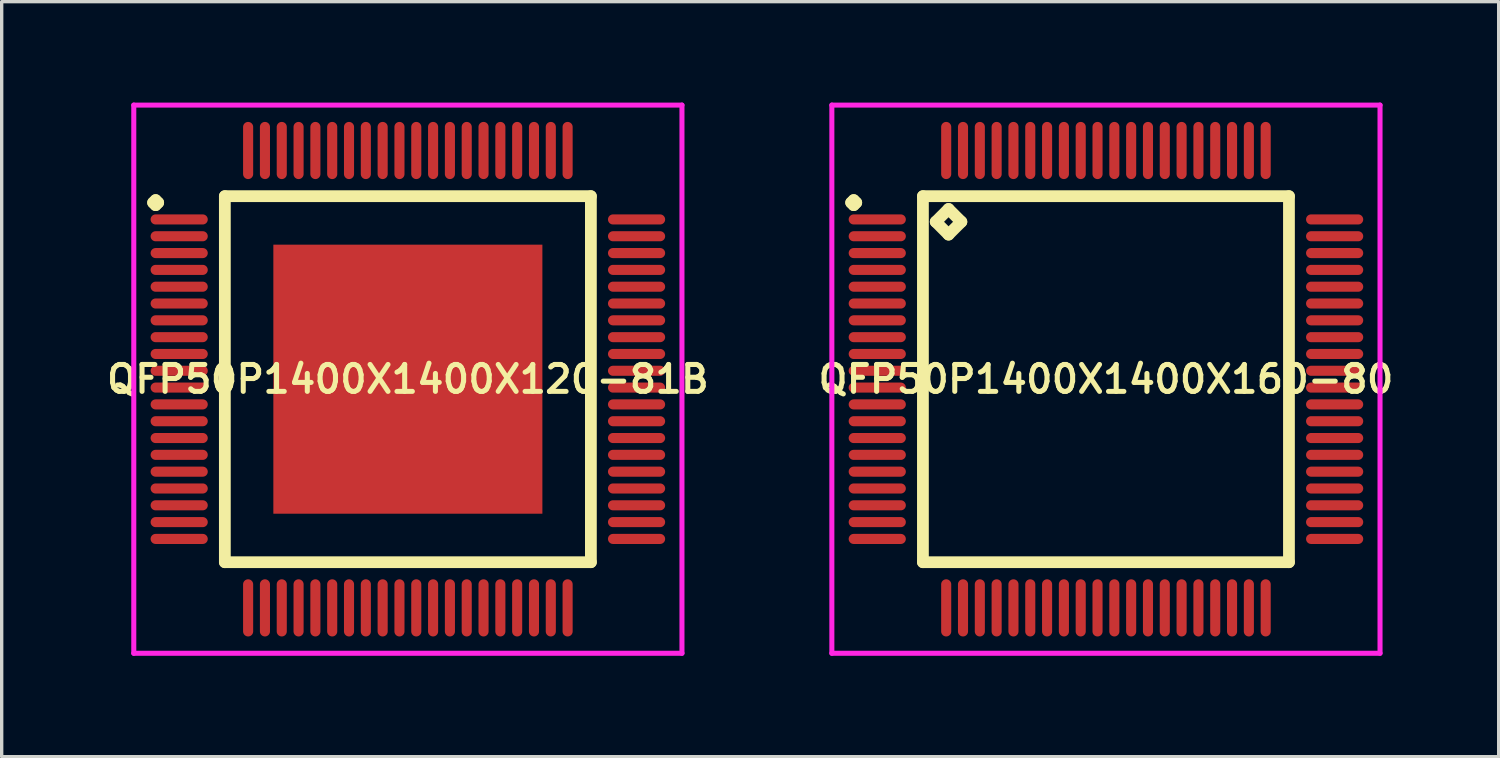
<source format=kicad_pcb>
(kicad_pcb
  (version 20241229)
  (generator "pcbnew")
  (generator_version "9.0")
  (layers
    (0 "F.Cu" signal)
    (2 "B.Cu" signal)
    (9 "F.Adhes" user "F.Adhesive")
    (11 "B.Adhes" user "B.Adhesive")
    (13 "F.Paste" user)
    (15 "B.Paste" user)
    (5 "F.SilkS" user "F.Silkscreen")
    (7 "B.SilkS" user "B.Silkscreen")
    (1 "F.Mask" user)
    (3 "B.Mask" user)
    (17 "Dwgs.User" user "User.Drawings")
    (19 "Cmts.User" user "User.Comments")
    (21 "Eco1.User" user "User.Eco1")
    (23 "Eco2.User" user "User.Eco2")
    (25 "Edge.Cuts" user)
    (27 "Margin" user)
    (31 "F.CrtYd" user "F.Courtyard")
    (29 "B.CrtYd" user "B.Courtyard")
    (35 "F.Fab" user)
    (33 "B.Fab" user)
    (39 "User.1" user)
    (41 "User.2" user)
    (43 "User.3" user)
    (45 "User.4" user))
  (footprint "QFP50P1400X1400X160-80"
    (layer "F.Cu")
    (at 29.835 8.225)
    (property "Reference" "QFP50P1400X1400X160-80" (at 0 0 0) (layer "F.SilkS") (effects (font (size 0.8 0.8) (thickness 0.15))))
    (attr smd)
    (fp_line (start -7.575 -5.25) (end -7.5 -5.325) (stroke (width 0.35) (type solid)) (layer "F.SilkS"))
    (fp_line (start -7.5 -5.325) (end -7.425 -5.25) (stroke (width 0.35) (type solid)) (layer "F.SilkS"))
    (fp_line (start -7.5 -5.175) (end -7.575 -5.25) (stroke (width 0.35) (type solid)) (layer "F.SilkS"))
    (fp_line (start -7.425 -5.25) (end -7.5 -5.175) (stroke (width 0.35) (type solid)) (layer "F.SilkS"))
    (fp_line (start -5.442 -5.442) (end -5.442 5.442) (stroke (width 0.35) (type solid)) (layer "F.SilkS"))
    (fp_line (start -5.442 5.442) (end 5.442 5.442) (stroke (width 0.35) (type solid)) (layer "F.SilkS"))
    (fp_line (start -5.061 -4.68) (end -4.68 -5.061) (stroke (width 0.35) (type solid)) (layer "F.SilkS"))
    (fp_line (start -4.68 -5.061) (end -4.299 -4.68) (stroke (width 0.35) (type solid)) (layer "F.SilkS"))
    (fp_line (start -4.68 -4.299) (end -5.061 -4.68) (stroke (width 0.35) (type solid)) (layer "F.SilkS"))
    (fp_line (start -4.299 -4.68) (end -4.68 -4.299) (stroke (width 0.35) (type solid)) (layer "F.SilkS"))
    (fp_line (start 5.442 -5.442) (end -5.442 -5.442) (stroke (width 0.35) (type solid)) (layer "F.SilkS"))
    (fp_line (start 5.442 5.442) (end 5.442 -5.442) (stroke (width 0.35) (type solid)) (layer "F.SilkS"))
    (fp_line (start -8.15 -8.15) (end 8.15 -8.15) (stroke (width 0.15) (type solid)) (layer "F.CrtYd"))
    (fp_line (start -8.15 8.15) (end -8.15 -8.15) (stroke (width 0.15) (type solid)) (layer "F.CrtYd"))
    (fp_line (start 8.15 -8.15) (end 8.15 8.15) (stroke (width 0.15) (type solid)) (layer "F.CrtYd"))
    (fp_line (start 8.15 8.15) (end -8.15 8.15) (stroke (width 0.15) (type solid)) (layer "F.CrtYd"))
    (pad "1" smd oval (at -6.8 -4.75) (size 1.7 0.3) (layers "F.Cu" "F.Mask" "F.Paste"))
    (pad "2" smd oval (at -6.8 -4.25) (size 1.7 0.3) (layers "F.Cu" "F.Mask" "F.Paste"))
    (pad "3" smd oval (at -6.8 -3.75) (size 1.7 0.3) (layers "F.Cu" "F.Mask" "F.Paste"))
    (pad "4" smd oval (at -6.8 -3.25) (size 1.7 0.3) (layers "F.Cu" "F.Mask" "F.Paste"))
    (pad "5" smd oval (at -6.8 -2.75) (size 1.7 0.3) (layers "F.Cu" "F.Mask" "F.Paste"))
    (pad "6" smd oval (at -6.8 -2.25) (size 1.7 0.3) (layers "F.Cu" "F.Mask" "F.Paste"))
    (pad "7" smd oval (at -6.8 -1.75) (size 1.7 0.3) (layers "F.Cu" "F.Mask" "F.Paste"))
    (pad "8" smd oval (at -6.8 -1.25) (size 1.7 0.3) (layers "F.Cu" "F.Mask" "F.Paste"))
    (pad "9" smd oval (at -6.8 -0.75) (size 1.7 0.3) (layers "F.Cu" "F.Mask" "F.Paste"))
    (pad "10" smd oval (at -6.8 -0.25) (size 1.7 0.3) (layers "F.Cu" "F.Mask" "F.Paste"))
    (pad "11" smd oval (at -6.8 0.25) (size 1.7 0.3) (layers "F.Cu" "F.Mask" "F.Paste"))
    (pad "12" smd oval (at -6.8 0.75) (size 1.7 0.3) (layers "F.Cu" "F.Mask" "F.Paste"))
    (pad "13" smd oval (at -6.8 1.25) (size 1.7 0.3) (layers "F.Cu" "F.Mask" "F.Paste"))
    (pad "14" smd oval (at -6.8 1.75) (size 1.7 0.3) (layers "F.Cu" "F.Mask" "F.Paste"))
    (pad "15" smd oval (at -6.8 2.25) (size 1.7 0.3) (layers "F.Cu" "F.Mask" "F.Paste"))
    (pad "16" smd oval (at -6.8 2.75) (size 1.7 0.3) (layers "F.Cu" "F.Mask" "F.Paste"))
    (pad "17" smd oval (at -6.8 3.25) (size 1.7 0.3) (layers "F.Cu" "F.Mask" "F.Paste"))
    (pad "18" smd oval (at -6.8 3.75) (size 1.7 0.3) (layers "F.Cu" "F.Mask" "F.Paste"))
    (pad "19" smd oval (at -6.8 4.25) (size 1.7 0.3) (layers "F.Cu" "F.Mask" "F.Paste"))
    (pad "20" smd oval (at -6.8 4.75) (size 1.7 0.3) (layers "F.Cu" "F.Mask" "F.Paste"))
    (pad "21" smd oval (at -4.75 6.8) (size 0.3 1.7) (layers "F.Cu" "F.Mask" "F.Paste"))
    (pad "22" smd oval (at -4.25 6.8) (size 0.3 1.7) (layers "F.Cu" "F.Mask" "F.Paste"))
    (pad "23" smd oval (at -3.75 6.8) (size 0.3 1.7) (layers "F.Cu" "F.Mask" "F.Paste"))
    (pad "24" smd oval (at -3.25 6.8) (size 0.3 1.7) (layers "F.Cu" "F.Mask" "F.Paste"))
    (pad "25" smd oval (at -2.75 6.8) (size 0.3 1.7) (layers "F.Cu" "F.Mask" "F.Paste"))
    (pad "26" smd oval (at -2.25 6.8) (size 0.3 1.7) (layers "F.Cu" "F.Mask" "F.Paste"))
    (pad "27" smd oval (at -1.75 6.8) (size 0.3 1.7) (layers "F.Cu" "F.Mask" "F.Paste"))
    (pad "28" smd oval (at -1.25 6.8) (size 0.3 1.7) (layers "F.Cu" "F.Mask" "F.Paste"))
    (pad "29" smd oval (at -0.75 6.8) (size 0.3 1.7) (layers "F.Cu" "F.Mask" "F.Paste"))
    (pad "30" smd oval (at -0.25 6.8) (size 0.3 1.7) (layers "F.Cu" "F.Mask" "F.Paste"))
    (pad "31" smd oval (at 0.25 6.8) (size 0.3 1.7) (layers "F.Cu" "F.Mask" "F.Paste"))
    (pad "32" smd oval (at 0.75 6.8) (size 0.3 1.7) (layers "F.Cu" "F.Mask" "F.Paste"))
    (pad "33" smd oval (at 1.25 6.8) (size 0.3 1.7) (layers "F.Cu" "F.Mask" "F.Paste"))
    (pad "34" smd oval (at 1.75 6.8) (size 0.3 1.7) (layers "F.Cu" "F.Mask" "F.Paste"))
    (pad "35" smd oval (at 2.25 6.8) (size 0.3 1.7) (layers "F.Cu" "F.Mask" "F.Paste"))
    (pad "36" smd oval (at 2.75 6.8) (size 0.3 1.7) (layers "F.Cu" "F.Mask" "F.Paste"))
    (pad "37" smd oval (at 3.25 6.8) (size 0.3 1.7) (layers "F.Cu" "F.Mask" "F.Paste"))
    (pad "38" smd oval (at 3.75 6.8) (size 0.3 1.7) (layers "F.Cu" "F.Mask" "F.Paste"))
    (pad "39" smd oval (at 4.25 6.8) (size 0.3 1.7) (layers "F.Cu" "F.Mask" "F.Paste"))
    (pad "40" smd oval (at 4.75 6.8) (size 0.3 1.7) (layers "F.Cu" "F.Mask" "F.Paste"))
    (pad "41" smd oval (at 6.8 4.75) (size 1.7 0.3) (layers "F.Cu" "F.Mask" "F.Paste"))
    (pad "42" smd oval (at 6.8 4.25) (size 1.7 0.3) (layers "F.Cu" "F.Mask" "F.Paste"))
    (pad "43" smd oval (at 6.8 3.75) (size 1.7 0.3) (layers "F.Cu" "F.Mask" "F.Paste"))
    (pad "44" smd oval (at 6.8 3.25) (size 1.7 0.3) (layers "F.Cu" "F.Mask" "F.Paste"))
    (pad "45" smd oval (at 6.8 2.75) (size 1.7 0.3) (layers "F.Cu" "F.Mask" "F.Paste"))
    (pad "46" smd oval (at 6.8 2.25) (size 1.7 0.3) (layers "F.Cu" "F.Mask" "F.Paste"))
    (pad "47" smd oval (at 6.8 1.75) (size 1.7 0.3) (layers "F.Cu" "F.Mask" "F.Paste"))
    (pad "48" smd oval (at 6.8 1.25) (size 1.7 0.3) (layers "F.Cu" "F.Mask" "F.Paste"))
    (pad "49" smd oval (at 6.8 0.75) (size 1.7 0.3) (layers "F.Cu" "F.Mask" "F.Paste"))
    (pad "50" smd oval (at 6.8 0.25) (size 1.7 0.3) (layers "F.Cu" "F.Mask" "F.Paste"))
    (pad "51" smd oval (at 6.8 -0.25) (size 1.7 0.3) (layers "F.Cu" "F.Mask" "F.Paste"))
    (pad "52" smd oval (at 6.8 -0.75) (size 1.7 0.3) (layers "F.Cu" "F.Mask" "F.Paste"))
    (pad "53" smd oval (at 6.8 -1.25) (size 1.7 0.3) (layers "F.Cu" "F.Mask" "F.Paste"))
    (pad "54" smd oval (at 6.8 -1.75) (size 1.7 0.3) (layers "F.Cu" "F.Mask" "F.Paste"))
    (pad "55" smd oval (at 6.8 -2.25) (size 1.7 0.3) (layers "F.Cu" "F.Mask" "F.Paste"))
    (pad "56" smd oval (at 6.8 -2.75) (size 1.7 0.3) (layers "F.Cu" "F.Mask" "F.Paste"))
    (pad "57" smd oval (at 6.8 -3.25) (size 1.7 0.3) (layers "F.Cu" "F.Mask" "F.Paste"))
    (pad "58" smd oval (at 6.8 -3.75) (size 1.7 0.3) (layers "F.Cu" "F.Mask" "F.Paste"))
    (pad "59" smd oval (at 6.8 -4.25) (size 1.7 0.3) (layers "F.Cu" "F.Mask" "F.Paste"))
    (pad "60" smd oval (at 6.8 -4.75) (size 1.7 0.3) (layers "F.Cu" "F.Mask" "F.Paste"))
    (pad "61" smd oval (at 4.75 -6.8) (size 0.3 1.7) (layers "F.Cu" "F.Mask" "F.Paste"))
    (pad "62" smd oval (at 4.25 -6.8) (size 0.3 1.7) (layers "F.Cu" "F.Mask" "F.Paste"))
    (pad "63" smd oval (at 3.75 -6.8) (size 0.3 1.7) (layers "F.Cu" "F.Mask" "F.Paste"))
    (pad "64" smd oval (at 3.25 -6.8) (size 0.3 1.7) (layers "F.Cu" "F.Mask" "F.Paste"))
    (pad "65" smd oval (at 2.75 -6.8) (size 0.3 1.7) (layers "F.Cu" "F.Mask" "F.Paste"))
    (pad "66" smd oval (at 2.25 -6.8) (size 0.3 1.7) (layers "F.Cu" "F.Mask" "F.Paste"))
    (pad "67" smd oval (at 1.75 -6.8) (size 0.3 1.7) (layers "F.Cu" "F.Mask" "F.Paste"))
    (pad "68" smd oval (at 1.25 -6.8) (size 0.3 1.7) (layers "F.Cu" "F.Mask" "F.Paste"))
    (pad "69" smd oval (at 0.75 -6.8) (size 0.3 1.7) (layers "F.Cu" "F.Mask" "F.Paste"))
    (pad "70" smd oval (at 0.25 -6.8) (size 0.3 1.7) (layers "F.Cu" "F.Mask" "F.Paste"))
    (pad "71" smd oval (at -0.25 -6.8) (size 0.3 1.7) (layers "F.Cu" "F.Mask" "F.Paste"))
    (pad "72" smd oval (at -0.75 -6.8) (size 0.3 1.7) (layers "F.Cu" "F.Mask" "F.Paste"))
    (pad "73" smd oval (at -1.25 -6.8) (size 0.3 1.7) (layers "F.Cu" "F.Mask" "F.Paste"))
    (pad "74" smd oval (at -1.75 -6.8) (size 0.3 1.7) (layers "F.Cu" "F.Mask" "F.Paste"))
    (pad "75" smd oval (at -2.25 -6.8) (size 0.3 1.7) (layers "F.Cu" "F.Mask" "F.Paste"))
    (pad "76" smd oval (at -2.75 -6.8) (size 0.3 1.7) (layers "F.Cu" "F.Mask" "F.Paste"))
    (pad "77" smd oval (at -3.25 -6.8) (size 0.3 1.7) (layers "F.Cu" "F.Mask" "F.Paste"))
    (pad "78" smd oval (at -3.75 -6.8) (size 0.3 1.7) (layers "F.Cu" "F.Mask" "F.Paste"))
    (pad "79" smd oval (at -4.25 -6.8) (size 0.3 1.7) (layers "F.Cu" "F.Mask" "F.Paste"))
    (pad "80" smd oval (at -4.75 -6.8) (size 0.3 1.7) (layers "F.Cu" "F.Mask" "F.Paste")))
  (footprint "QFP50P1400X1400X120-81B"
    (layer "F.Cu")
    (at 9.078 8.225)
    (property "Reference" "QFP50P1400X1400X120-81B" (at 0 0 0) (layer "F.SilkS") (effects (font (size 0.8 0.8) (thickness 0.15))))
    (attr smd)
    (fp_line (start -7.575 -5.25) (end -7.5 -5.325) (stroke (width 0.35) (type solid)) (layer "F.SilkS"))
    (fp_line (start -7.5 -5.325) (end -7.425 -5.25) (stroke (width 0.35) (type solid)) (layer "F.SilkS"))
    (fp_line (start -7.5 -5.175) (end -7.575 -5.25) (stroke (width 0.35) (type solid)) (layer "F.SilkS"))
    (fp_line (start -7.425 -5.25) (end -7.5 -5.175) (stroke (width 0.35) (type solid)) (layer "F.SilkS"))
    (fp_line (start -5.442 -5.442) (end -5.442 5.442) (stroke (width 0.35) (type solid)) (layer "F.SilkS"))
    (fp_line (start -5.442 5.442) (end 5.442 5.442) (stroke (width 0.35) (type solid)) (layer "F.SilkS"))
    (fp_line (start 5.442 -5.442) (end -5.442 -5.442) (stroke (width 0.35) (type solid)) (layer "F.SilkS"))
    (fp_line (start 5.442 5.442) (end 5.442 -5.442) (stroke (width 0.35) (type solid)) (layer "F.SilkS"))
    (fp_line (start -8.15 -8.15) (end 8.15 -8.15) (stroke (width 0.15) (type solid)) (layer "F.CrtYd"))
    (fp_line (start -8.15 8.15) (end -8.15 -8.15) (stroke (width 0.15) (type solid)) (layer "F.CrtYd"))
    (fp_line (start 8.15 -8.15) (end 8.15 8.15) (stroke (width 0.15) (type solid)) (layer "F.CrtYd"))
    (fp_line (start 8.15 8.15) (end -8.15 8.15) (stroke (width 0.15) (type solid)) (layer "F.CrtYd"))
    (pad "1" smd oval (at -6.8 -4.75) (size 1.7 0.3) (layers "F.Cu" "F.Mask" "F.Paste"))
    (pad "2" smd oval (at -6.8 -4.25) (size 1.7 0.3) (layers "F.Cu" "F.Mask" "F.Paste"))
    (pad "3" smd oval (at -6.8 -3.75) (size 1.7 0.3) (layers "F.Cu" "F.Mask" "F.Paste"))
    (pad "4" smd oval (at -6.8 -3.25) (size 1.7 0.3) (layers "F.Cu" "F.Mask" "F.Paste"))
    (pad "5" smd oval (at -6.8 -2.75) (size 1.7 0.3) (layers "F.Cu" "F.Mask" "F.Paste"))
    (pad "6" smd oval (at -6.8 -2.25) (size 1.7 0.3) (layers "F.Cu" "F.Mask" "F.Paste"))
    (pad "7" smd oval (at -6.8 -1.75) (size 1.7 0.3) (layers "F.Cu" "F.Mask" "F.Paste"))
    (pad "8" smd oval (at -6.8 -1.25) (size 1.7 0.3) (layers "F.Cu" "F.Mask" "F.Paste"))
    (pad "9" smd oval (at -6.8 -0.75) (size 1.7 0.3) (layers "F.Cu" "F.Mask" "F.Paste"))
    (pad "10" smd oval (at -6.8 -0.25) (size 1.7 0.3) (layers "F.Cu" "F.Mask" "F.Paste"))
    (pad "11" smd oval (at -6.8 0.25) (size 1.7 0.3) (layers "F.Cu" "F.Mask" "F.Paste"))
    (pad "12" smd oval (at -6.8 0.75) (size 1.7 0.3) (layers "F.Cu" "F.Mask" "F.Paste"))
    (pad "13" smd oval (at -6.8 1.25) (size 1.7 0.3) (layers "F.Cu" "F.Mask" "F.Paste"))
    (pad "14" smd oval (at -6.8 1.75) (size 1.7 0.3) (layers "F.Cu" "F.Mask" "F.Paste"))
    (pad "15" smd oval (at -6.8 2.25) (size 1.7 0.3) (layers "F.Cu" "F.Mask" "F.Paste"))
    (pad "16" smd oval (at -6.8 2.75) (size 1.7 0.3) (layers "F.Cu" "F.Mask" "F.Paste"))
    (pad "17" smd oval (at -6.8 3.25) (size 1.7 0.3) (layers "F.Cu" "F.Mask" "F.Paste"))
    (pad "18" smd oval (at -6.8 3.75) (size 1.7 0.3) (layers "F.Cu" "F.Mask" "F.Paste"))
    (pad "19" smd oval (at -6.8 4.25) (size 1.7 0.3) (layers "F.Cu" "F.Mask" "F.Paste"))
    (pad "20" smd oval (at -6.8 4.75) (size 1.7 0.3) (layers "F.Cu" "F.Mask" "F.Paste"))
    (pad "21" smd oval (at -4.75 6.8) (size 0.3 1.7) (layers "F.Cu" "F.Mask" "F.Paste"))
    (pad "22" smd oval (at -4.25 6.8) (size 0.3 1.7) (layers "F.Cu" "F.Mask" "F.Paste"))
    (pad "23" smd oval (at -3.75 6.8) (size 0.3 1.7) (layers "F.Cu" "F.Mask" "F.Paste"))
    (pad "24" smd oval (at -3.25 6.8) (size 0.3 1.7) (layers "F.Cu" "F.Mask" "F.Paste"))
    (pad "25" smd oval (at -2.75 6.8) (size 0.3 1.7) (layers "F.Cu" "F.Mask" "F.Paste"))
    (pad "26" smd oval (at -2.25 6.8) (size 0.3 1.7) (layers "F.Cu" "F.Mask" "F.Paste"))
    (pad "27" smd oval (at -1.75 6.8) (size 0.3 1.7) (layers "F.Cu" "F.Mask" "F.Paste"))
    (pad "28" smd oval (at -1.25 6.8) (size 0.3 1.7) (layers "F.Cu" "F.Mask" "F.Paste"))
    (pad "29" smd oval (at -0.75 6.8) (size 0.3 1.7) (layers "F.Cu" "F.Mask" "F.Paste"))
    (pad "30" smd oval (at -0.25 6.8) (size 0.3 1.7) (layers "F.Cu" "F.Mask" "F.Paste"))
    (pad "31" smd oval (at 0.25 6.8) (size 0.3 1.7) (layers "F.Cu" "F.Mask" "F.Paste"))
    (pad "32" smd oval (at 0.75 6.8) (size 0.3 1.7) (layers "F.Cu" "F.Mask" "F.Paste"))
    (pad "33" smd oval (at 1.25 6.8) (size 0.3 1.7) (layers "F.Cu" "F.Mask" "F.Paste"))
    (pad "34" smd oval (at 1.75 6.8) (size 0.3 1.7) (layers "F.Cu" "F.Mask" "F.Paste"))
    (pad "35" smd oval (at 2.25 6.8) (size 0.3 1.7) (layers "F.Cu" "F.Mask" "F.Paste"))
    (pad "36" smd oval (at 2.75 6.8) (size 0.3 1.7) (layers "F.Cu" "F.Mask" "F.Paste"))
    (pad "37" smd oval (at 3.25 6.8) (size 0.3 1.7) (layers "F.Cu" "F.Mask" "F.Paste"))
    (pad "38" smd oval (at 3.75 6.8) (size 0.3 1.7) (layers "F.Cu" "F.Mask" "F.Paste"))
    (pad "39" smd oval (at 4.25 6.8) (size 0.3 1.7) (layers "F.Cu" "F.Mask" "F.Paste"))
    (pad "40" smd oval (at 4.75 6.8) (size 0.3 1.7) (layers "F.Cu" "F.Mask" "F.Paste"))
    (pad "41" smd oval (at 6.8 4.75) (size 1.7 0.3) (layers "F.Cu" "F.Mask" "F.Paste"))
    (pad "42" smd oval (at 6.8 4.25) (size 1.7 0.3) (layers "F.Cu" "F.Mask" "F.Paste"))
    (pad "43" smd oval (at 6.8 3.75) (size 1.7 0.3) (layers "F.Cu" "F.Mask" "F.Paste"))
    (pad "44" smd oval (at 6.8 3.25) (size 1.7 0.3) (layers "F.Cu" "F.Mask" "F.Paste"))
    (pad "45" smd oval (at 6.8 2.75) (size 1.7 0.3) (layers "F.Cu" "F.Mask" "F.Paste"))
    (pad "46" smd oval (at 6.8 2.25) (size 1.7 0.3) (layers "F.Cu" "F.Mask" "F.Paste"))
    (pad "47" smd oval (at 6.8 1.75) (size 1.7 0.3) (layers "F.Cu" "F.Mask" "F.Paste"))
    (pad "48" smd oval (at 6.8 1.25) (size 1.7 0.3) (layers "F.Cu" "F.Mask" "F.Paste"))
    (pad "49" smd oval (at 6.8 0.75) (size 1.7 0.3) (layers "F.Cu" "F.Mask" "F.Paste"))
    (pad "50" smd oval (at 6.8 0.25) (size 1.7 0.3) (layers "F.Cu" "F.Mask" "F.Paste"))
    (pad "51" smd oval (at 6.8 -0.25) (size 1.7 0.3) (layers "F.Cu" "F.Mask" "F.Paste"))
    (pad "52" smd oval (at 6.8 -0.75) (size 1.7 0.3) (layers "F.Cu" "F.Mask" "F.Paste"))
    (pad "53" smd oval (at 6.8 -1.25) (size 1.7 0.3) (layers "F.Cu" "F.Mask" "F.Paste"))
    (pad "54" smd oval (at 6.8 -1.75) (size 1.7 0.3) (layers "F.Cu" "F.Mask" "F.Paste"))
    (pad "55" smd oval (at 6.8 -2.25) (size 1.7 0.3) (layers "F.Cu" "F.Mask" "F.Paste"))
    (pad "56" smd oval (at 6.8 -2.75) (size 1.7 0.3) (layers "F.Cu" "F.Mask" "F.Paste"))
    (pad "57" smd oval (at 6.8 -3.25) (size 1.7 0.3) (layers "F.Cu" "F.Mask" "F.Paste"))
    (pad "58" smd oval (at 6.8 -3.75) (size 1.7 0.3) (layers "F.Cu" "F.Mask" "F.Paste"))
    (pad "59" smd oval (at 6.8 -4.25) (size 1.7 0.3) (layers "F.Cu" "F.Mask" "F.Paste"))
    (pad "60" smd oval (at 6.8 -4.75) (size 1.7 0.3) (layers "F.Cu" "F.Mask" "F.Paste"))
    (pad "61" smd oval (at 4.75 -6.8) (size 0.3 1.7) (layers "F.Cu" "F.Mask" "F.Paste"))
    (pad "62" smd oval (at 4.25 -6.8) (size 0.3 1.7) (layers "F.Cu" "F.Mask" "F.Paste"))
    (pad "63" smd oval (at 3.75 -6.8) (size 0.3 1.7) (layers "F.Cu" "F.Mask" "F.Paste"))
    (pad "64" smd oval (at 3.25 -6.8) (size 0.3 1.7) (layers "F.Cu" "F.Mask" "F.Paste"))
    (pad "65" smd oval (at 2.75 -6.8) (size 0.3 1.7) (layers "F.Cu" "F.Mask" "F.Paste"))
    (pad "66" smd oval (at 2.25 -6.8) (size 0.3 1.7) (layers "F.Cu" "F.Mask" "F.Paste"))
    (pad "67" smd oval (at 1.75 -6.8) (size 0.3 1.7) (layers "F.Cu" "F.Mask" "F.Paste"))
    (pad "68" smd oval (at 1.25 -6.8) (size 0.3 1.7) (layers "F.Cu" "F.Mask" "F.Paste"))
    (pad "69" smd oval (at 0.75 -6.8) (size 0.3 1.7) (layers "F.Cu" "F.Mask" "F.Paste"))
    (pad "70" smd oval (at 0.25 -6.8) (size 0.3 1.7) (layers "F.Cu" "F.Mask" "F.Paste"))
    (pad "71" smd oval (at -0.25 -6.8) (size 0.3 1.7) (layers "F.Cu" "F.Mask" "F.Paste"))
    (pad "72" smd oval (at -0.75 -6.8) (size 0.3 1.7) (layers "F.Cu" "F.Mask" "F.Paste"))
    (pad "73" smd oval (at -1.25 -6.8) (size 0.3 1.7) (layers "F.Cu" "F.Mask" "F.Paste"))
    (pad "74" smd oval (at -1.75 -6.8) (size 0.3 1.7) (layers "F.Cu" "F.Mask" "F.Paste"))
    (pad "75" smd oval (at -2.25 -6.8) (size 0.3 1.7) (layers "F.Cu" "F.Mask" "F.Paste"))
    (pad "76" smd oval (at -2.75 -6.8) (size 0.3 1.7) (layers "F.Cu" "F.Mask" "F.Paste"))
    (pad "77" smd oval (at -3.25 -6.8) (size 0.3 1.7) (layers "F.Cu" "F.Mask" "F.Paste"))
    (pad "78" smd oval (at -3.75 -6.8) (size 0.3 1.7) (layers "F.Cu" "F.Mask" "F.Paste"))
    (pad "79" smd oval (at -4.25 -6.8) (size 0.3 1.7) (layers "F.Cu" "F.Mask" "F.Paste"))
    (pad "80" smd oval (at -4.75 -6.8) (size 0.3 1.7) (layers "F.Cu" "F.Mask" "F.Paste"))
    (pad "81" smd rect (at 0 0) (size 8 8) (layers "F.Cu" "F.Mask" "F.Paste")))
  (gr_rect
    (start -3 -3)
    (end 41.513 19.45)
    (stroke (width 0.1) (type default))
    (fill no)
    (layer "Edge.Cuts")))
</source>
